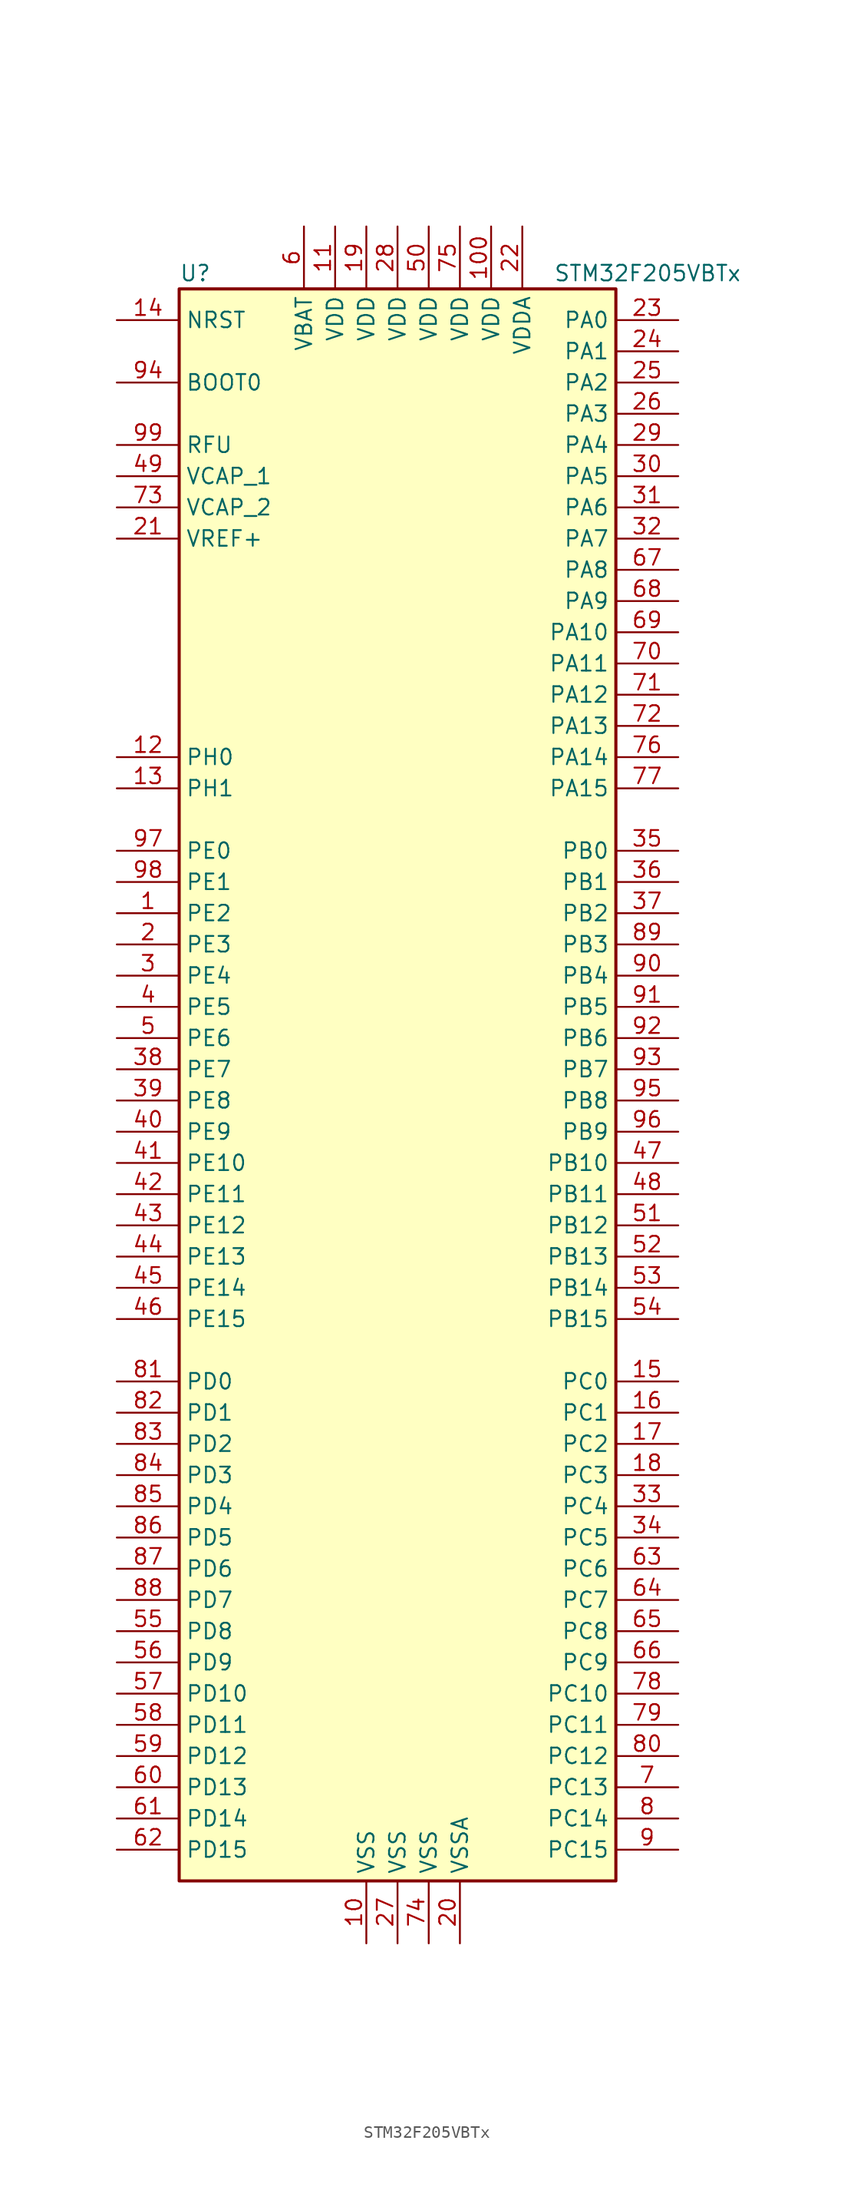
<source format=kicad_sym>
(kicad_symbol_lib
  (version 20211014)
  (generator kicad_symbol_editor)
  (symbol "STM32F205VBTx"
    (property "Reference" "U"
      (at -17.78 64.77 0)
      (effects (font (size 1.27 1.27)) (justify left)))
    (property "Value" "STM32F205VBTx"
      (at 12.7 64.77 0)
      (effects (font (size 1.27 1.27)) (justify left)))
    (symbol "STM32F205VBTx_0_1"
      (rectangle (start -17.78 -66.04) (end 17.78 63.5) (stroke (width 0.254) (type default) (color 0 0 0 0)) (fill (type background))))
    (symbol "STM32F205VBTx_1_1"
      (pin bidirectional line (at -22.86 12.7 0) (length 5.08) (name "PE2" (effects (font (size 1.27 1.27)))) (number "1" (effects (font (size 1.27 1.27)))))
      (pin power_in line (at -2.54 -71.12 90) (length 5.08) (name "VSS" (effects (font (size 1.27 1.27)))) (number "10" (effects (font (size 1.27 1.27)))))
      (pin power_in line (at 7.62 68.58 270) (length 5.08) (name "VDD" (effects (font (size 1.27 1.27)))) (number "100" (effects (font (size 1.27 1.27)))))
      (pin power_in line (at -5.08 68.58 270) (length 5.08) (name "VDD" (effects (font (size 1.27 1.27)))) (number "11" (effects (font (size 1.27 1.27)))))
      (pin input line (at -22.86 25.4 0) (length 5.08) (name "PH0" (effects (font (size 1.27 1.27)))) (number "12" (effects (font (size 1.27 1.27)))))
      (pin input line (at -22.86 22.86 0) (length 5.08) (name "PH1" (effects (font (size 1.27 1.27)))) (number "13" (effects (font (size 1.27 1.27)))))
      (pin input line (at -22.86 60.96 0) (length 5.08) (name "NRST" (effects (font (size 1.27 1.27)))) (number "14" (effects (font (size 1.27 1.27)))))
      (pin bidirectional line (at 22.86 -25.4 180) (length 5.08) (name "PC0" (effects (font (size 1.27 1.27)))) (number "15" (effects (font (size 1.27 1.27)))))
      (pin bidirectional line (at 22.86 -27.94 180) (length 5.08) (name "PC1" (effects (font (size 1.27 1.27)))) (number "16" (effects (font (size 1.27 1.27)))))
      (pin bidirectional line (at 22.86 -30.48 180) (length 5.08) (name "PC2" (effects (font (size 1.27 1.27)))) (number "17" (effects (font (size 1.27 1.27)))))
      (pin bidirectional line (at 22.86 -33.02 180) (length 5.08) (name "PC3" (effects (font (size 1.27 1.27)))) (number "18" (effects (font (size 1.27 1.27)))))
      (pin power_in line (at -2.54 68.58 270) (length 5.08) (name "VDD" (effects (font (size 1.27 1.27)))) (number "19" (effects (font (size 1.27 1.27)))))
      (pin bidirectional line (at -22.86 10.16 0) (length 5.08) (name "PE3" (effects (font (size 1.27 1.27)))) (number "2" (effects (font (size 1.27 1.27)))))
      (pin power_in line (at 5.08 -71.12 90) (length 5.08) (name "VSSA" (effects (font (size 1.27 1.27)))) (number "20" (effects (font (size 1.27 1.27)))))
      (pin power_in line (at -22.86 43.18 0) (length 5.08) (name "VREF+" (effects (font (size 1.27 1.27)))) (number "21" (effects (font (size 1.27 1.27)))))
      (pin power_in line (at 10.16 68.58 270) (length 5.08) (name "VDDA" (effects (font (size 1.27 1.27)))) (number "22" (effects (font (size 1.27 1.27)))))
      (pin bidirectional line (at 22.86 60.96 180) (length 5.08) (name "PA0" (effects (font (size 1.27 1.27)))) (number "23" (effects (font (size 1.27 1.27)))))
      (pin bidirectional line (at 22.86 58.42 180) (length 5.08) (name "PA1" (effects (font (size 1.27 1.27)))) (number "24" (effects (font (size 1.27 1.27)))))
      (pin bidirectional line (at 22.86 55.88 180) (length 5.08) (name "PA2" (effects (font (size 1.27 1.27)))) (number "25" (effects (font (size 1.27 1.27)))))
      (pin bidirectional line (at 22.86 53.34 180) (length 5.08) (name "PA3" (effects (font (size 1.27 1.27)))) (number "26" (effects (font (size 1.27 1.27)))))
      (pin power_in line (at 0 -71.12 90) (length 5.08) (name "VSS" (effects (font (size 1.27 1.27)))) (number "27" (effects (font (size 1.27 1.27)))))
      (pin power_in line (at 0 68.58 270) (length 5.08) (name "VDD" (effects (font (size 1.27 1.27)))) (number "28" (effects (font (size 1.27 1.27)))))
      (pin bidirectional line (at 22.86 50.8 180) (length 5.08) (name "PA4" (effects (font (size 1.27 1.27)))) (number "29" (effects (font (size 1.27 1.27)))))
      (pin bidirectional line (at -22.86 7.62 0) (length 5.08) (name "PE4" (effects (font (size 1.27 1.27)))) (number "3" (effects (font (size 1.27 1.27)))))
      (pin bidirectional line (at 22.86 48.26 180) (length 5.08) (name "PA5" (effects (font (size 1.27 1.27)))) (number "30" (effects (font (size 1.27 1.27)))))
      (pin bidirectional line (at 22.86 45.72 180) (length 5.08) (name "PA6" (effects (font (size 1.27 1.27)))) (number "31" (effects (font (size 1.27 1.27)))))
      (pin bidirectional line (at 22.86 43.18 180) (length 5.08) (name "PA7" (effects (font (size 1.27 1.27)))) (number "32" (effects (font (size 1.27 1.27)))))
      (pin bidirectional line (at 22.86 -35.56 180) (length 5.08) (name "PC4" (effects (font (size 1.27 1.27)))) (number "33" (effects (font (size 1.27 1.27)))))
      (pin bidirectional line (at 22.86 -38.1 180) (length 5.08) (name "PC5" (effects (font (size 1.27 1.27)))) (number "34" (effects (font (size 1.27 1.27)))))
      (pin bidirectional line (at 22.86 17.78 180) (length 5.08) (name "PB0" (effects (font (size 1.27 1.27)))) (number "35" (effects (font (size 1.27 1.27)))))
      (pin bidirectional line (at 22.86 15.24 180) (length 5.08) (name "PB1" (effects (font (size 1.27 1.27)))) (number "36" (effects (font (size 1.27 1.27)))))
      (pin bidirectional line (at 22.86 12.7 180) (length 5.08) (name "PB2" (effects (font (size 1.27 1.27)))) (number "37" (effects (font (size 1.27 1.27)))))
      (pin bidirectional line (at -22.86 0 0) (length 5.08) (name "PE7" (effects (font (size 1.27 1.27)))) (number "38" (effects (font (size 1.27 1.27)))))
      (pin bidirectional line (at -22.86 -2.54 0) (length 5.08) (name "PE8" (effects (font (size 1.27 1.27)))) (number "39" (effects (font (size 1.27 1.27)))))
      (pin bidirectional line (at -22.86 5.08 0) (length 5.08) (name "PE5" (effects (font (size 1.27 1.27)))) (number "4" (effects (font (size 1.27 1.27)))))
      (pin bidirectional line (at -22.86 -5.08 0) (length 5.08) (name "PE9" (effects (font (size 1.27 1.27)))) (number "40" (effects (font (size 1.27 1.27)))))
      (pin bidirectional line (at -22.86 -7.62 0) (length 5.08) (name "PE10" (effects (font (size 1.27 1.27)))) (number "41" (effects (font (size 1.27 1.27)))))
      (pin bidirectional line (at -22.86 -10.16 0) (length 5.08) (name "PE11" (effects (font (size 1.27 1.27)))) (number "42" (effects (font (size 1.27 1.27)))))
      (pin bidirectional line (at -22.86 -12.7 0) (length 5.08) (name "PE12" (effects (font (size 1.27 1.27)))) (number "43" (effects (font (size 1.27 1.27)))))
      (pin bidirectional line (at -22.86 -15.24 0) (length 5.08) (name "PE13" (effects (font (size 1.27 1.27)))) (number "44" (effects (font (size 1.27 1.27)))))
      (pin bidirectional line (at -22.86 -17.78 0) (length 5.08) (name "PE14" (effects (font (size 1.27 1.27)))) (number "45" (effects (font (size 1.27 1.27)))))
      (pin bidirectional line (at -22.86 -20.32 0) (length 5.08) (name "PE15" (effects (font (size 1.27 1.27)))) (number "46" (effects (font (size 1.27 1.27)))))
      (pin bidirectional line (at 22.86 -7.62 180) (length 5.08) (name "PB10" (effects (font (size 1.27 1.27)))) (number "47" (effects (font (size 1.27 1.27)))))
      (pin bidirectional line (at 22.86 -10.16 180) (length 5.08) (name "PB11" (effects (font (size 1.27 1.27)))) (number "48" (effects (font (size 1.27 1.27)))))
      (pin power_in line (at -22.86 48.26 0) (length 5.08) (name "VCAP_1" (effects (font (size 1.27 1.27)))) (number "49" (effects (font (size 1.27 1.27)))))
      (pin bidirectional line (at -22.86 2.54 0) (length 5.08) (name "PE6" (effects (font (size 1.27 1.27)))) (number "5" (effects (font (size 1.27 1.27)))))
      (pin power_in line (at 2.54 68.58 270) (length 5.08) (name "VDD" (effects (font (size 1.27 1.27)))) (number "50" (effects (font (size 1.27 1.27)))))
      (pin bidirectional line (at 22.86 -12.7 180) (length 5.08) (name "PB12" (effects (font (size 1.27 1.27)))) (number "51" (effects (font (size 1.27 1.27)))))
      (pin bidirectional line (at 22.86 -15.24 180) (length 5.08) (name "PB13" (effects (font (size 1.27 1.27)))) (number "52" (effects (font (size 1.27 1.27)))))
      (pin bidirectional line (at 22.86 -17.78 180) (length 5.08) (name "PB14" (effects (font (size 1.27 1.27)))) (number "53" (effects (font (size 1.27 1.27)))))
      (pin bidirectional line (at 22.86 -20.32 180) (length 5.08) (name "PB15" (effects (font (size 1.27 1.27)))) (number "54" (effects (font (size 1.27 1.27)))))
      (pin bidirectional line (at -22.86 -45.72 0) (length 5.08) (name "PD8" (effects (font (size 1.27 1.27)))) (number "55" (effects (font (size 1.27 1.27)))))
      (pin bidirectional line (at -22.86 -48.26 0) (length 5.08) (name "PD9" (effects (font (size 1.27 1.27)))) (number "56" (effects (font (size 1.27 1.27)))))
      (pin bidirectional line (at -22.86 -50.8 0) (length 5.08) (name "PD10" (effects (font (size 1.27 1.27)))) (number "57" (effects (font (size 1.27 1.27)))))
      (pin bidirectional line (at -22.86 -53.34 0) (length 5.08) (name "PD11" (effects (font (size 1.27 1.27)))) (number "58" (effects (font (size 1.27 1.27)))))
      (pin bidirectional line (at -22.86 -55.88 0) (length 5.08) (name "PD12" (effects (font (size 1.27 1.27)))) (number "59" (effects (font (size 1.27 1.27)))))
      (pin power_in line (at -7.62 68.58 270) (length 5.08) (name "VBAT" (effects (font (size 1.27 1.27)))) (number "6" (effects (font (size 1.27 1.27)))))
      (pin bidirectional line (at -22.86 -58.42 0) (length 5.08) (name "PD13" (effects (font (size 1.27 1.27)))) (number "60" (effects (font (size 1.27 1.27)))))
      (pin bidirectional line (at -22.86 -60.96 0) (length 5.08) (name "PD14" (effects (font (size 1.27 1.27)))) (number "61" (effects (font (size 1.27 1.27)))))
      (pin bidirectional line (at -22.86 -63.5 0) (length 5.08) (name "PD15" (effects (font (size 1.27 1.27)))) (number "62" (effects (font (size 1.27 1.27)))))
      (pin bidirectional line (at 22.86 -40.64 180) (length 5.08) (name "PC6" (effects (font (size 1.27 1.27)))) (number "63" (effects (font (size 1.27 1.27)))))
      (pin bidirectional line (at 22.86 -43.18 180) (length 5.08) (name "PC7" (effects (font (size 1.27 1.27)))) (number "64" (effects (font (size 1.27 1.27)))))
      (pin bidirectional line (at 22.86 -45.72 180) (length 5.08) (name "PC8" (effects (font (size 1.27 1.27)))) (number "65" (effects (font (size 1.27 1.27)))))
      (pin bidirectional line (at 22.86 -48.26 180) (length 5.08) (name "PC9" (effects (font (size 1.27 1.27)))) (number "66" (effects (font (size 1.27 1.27)))))
      (pin bidirectional line (at 22.86 40.64 180) (length 5.08) (name "PA8" (effects (font (size 1.27 1.27)))) (number "67" (effects (font (size 1.27 1.27)))))
      (pin bidirectional line (at 22.86 38.1 180) (length 5.08) (name "PA9" (effects (font (size 1.27 1.27)))) (number "68" (effects (font (size 1.27 1.27)))))
      (pin bidirectional line (at 22.86 35.56 180) (length 5.08) (name "PA10" (effects (font (size 1.27 1.27)))) (number "69" (effects (font (size 1.27 1.27)))))
      (pin bidirectional line (at 22.86 -58.42 180) (length 5.08) (name "PC13" (effects (font (size 1.27 1.27)))) (number "7" (effects (font (size 1.27 1.27)))))
      (pin bidirectional line (at 22.86 33.02 180) (length 5.08) (name "PA11" (effects (font (size 1.27 1.27)))) (number "70" (effects (font (size 1.27 1.27)))))
      (pin bidirectional line (at 22.86 30.48 180) (length 5.08) (name "PA12" (effects (font (size 1.27 1.27)))) (number "71" (effects (font (size 1.27 1.27)))))
      (pin bidirectional line (at 22.86 27.94 180) (length 5.08) (name "PA13" (effects (font (size 1.27 1.27)))) (number "72" (effects (font (size 1.27 1.27)))))
      (pin power_in line (at -22.86 45.72 0) (length 5.08) (name "VCAP_2" (effects (font (size 1.27 1.27)))) (number "73" (effects (font (size 1.27 1.27)))))
      (pin power_in line (at 2.54 -71.12 90) (length 5.08) (name "VSS" (effects (font (size 1.27 1.27)))) (number "74" (effects (font (size 1.27 1.27)))))
      (pin power_in line (at 5.08 68.58 270) (length 5.08) (name "VDD" (effects (font (size 1.27 1.27)))) (number "75" (effects (font (size 1.27 1.27)))))
      (pin bidirectional line (at 22.86 25.4 180) (length 5.08) (name "PA14" (effects (font (size 1.27 1.27)))) (number "76" (effects (font (size 1.27 1.27)))))
      (pin bidirectional line (at 22.86 22.86 180) (length 5.08) (name "PA15" (effects (font (size 1.27 1.27)))) (number "77" (effects (font (size 1.27 1.27)))))
      (pin bidirectional line (at 22.86 -50.8 180) (length 5.08) (name "PC10" (effects (font (size 1.27 1.27)))) (number "78" (effects (font (size 1.27 1.27)))))
      (pin bidirectional line (at 22.86 -53.34 180) (length 5.08) (name "PC11" (effects (font (size 1.27 1.27)))) (number "79" (effects (font (size 1.27 1.27)))))
      (pin bidirectional line (at 22.86 -60.96 180) (length 5.08) (name "PC14" (effects (font (size 1.27 1.27)))) (number "8" (effects (font (size 1.27 1.27)))))
      (pin bidirectional line (at 22.86 -55.88 180) (length 5.08) (name "PC12" (effects (font (size 1.27 1.27)))) (number "80" (effects (font (size 1.27 1.27)))))
      (pin bidirectional line (at -22.86 -25.4 0) (length 5.08) (name "PD0" (effects (font (size 1.27 1.27)))) (number "81" (effects (font (size 1.27 1.27)))))
      (pin bidirectional line (at -22.86 -27.94 0) (length 5.08) (name "PD1" (effects (font (size 1.27 1.27)))) (number "82" (effects (font (size 1.27 1.27)))))
      (pin bidirectional line (at -22.86 -30.48 0) (length 5.08) (name "PD2" (effects (font (size 1.27 1.27)))) (number "83" (effects (font (size 1.27 1.27)))))
      (pin bidirectional line (at -22.86 -33.02 0) (length 5.08) (name "PD3" (effects (font (size 1.27 1.27)))) (number "84" (effects (font (size 1.27 1.27)))))
      (pin bidirectional line (at -22.86 -35.56 0) (length 5.08) (name "PD4" (effects (font (size 1.27 1.27)))) (number "85" (effects (font (size 1.27 1.27)))))
      (pin bidirectional line (at -22.86 -38.1 0) (length 5.08) (name "PD5" (effects (font (size 1.27 1.27)))) (number "86" (effects (font (size 1.27 1.27)))))
      (pin bidirectional line (at -22.86 -40.64 0) (length 5.08) (name "PD6" (effects (font (size 1.27 1.27)))) (number "87" (effects (font (size 1.27 1.27)))))
      (pin bidirectional line (at -22.86 -43.18 0) (length 5.08) (name "PD7" (effects (font (size 1.27 1.27)))) (number "88" (effects (font (size 1.27 1.27)))))
      (pin bidirectional line (at 22.86 10.16 180) (length 5.08) (name "PB3" (effects (font (size 1.27 1.27)))) (number "89" (effects (font (size 1.27 1.27)))))
      (pin bidirectional line (at 22.86 -63.5 180) (length 5.08) (name "PC15" (effects (font (size 1.27 1.27)))) (number "9" (effects (font (size 1.27 1.27)))))
      (pin bidirectional line (at 22.86 7.62 180) (length 5.08) (name "PB4" (effects (font (size 1.27 1.27)))) (number "90" (effects (font (size 1.27 1.27)))))
      (pin bidirectional line (at 22.86 5.08 180) (length 5.08) (name "PB5" (effects (font (size 1.27 1.27)))) (number "91" (effects (font (size 1.27 1.27)))))
      (pin bidirectional line (at 22.86 2.54 180) (length 5.08) (name "PB6" (effects (font (size 1.27 1.27)))) (number "92" (effects (font (size 1.27 1.27)))))
      (pin bidirectional line (at 22.86 0 180) (length 5.08) (name "PB7" (effects (font (size 1.27 1.27)))) (number "93" (effects (font (size 1.27 1.27)))))
      (pin input line (at -22.86 55.88 0) (length 5.08) (name "BOOT0" (effects (font (size 1.27 1.27)))) (number "94" (effects (font (size 1.27 1.27)))))
      (pin bidirectional line (at 22.86 -2.54 180) (length 5.08) (name "PB8" (effects (font (size 1.27 1.27)))) (number "95" (effects (font (size 1.27 1.27)))))
      (pin bidirectional line (at 22.86 -5.08 180) (length 5.08) (name "PB9" (effects (font (size 1.27 1.27)))) (number "96" (effects (font (size 1.27 1.27)))))
      (pin bidirectional line (at -22.86 17.78 0) (length 5.08) (name "PE0" (effects (font (size 1.27 1.27)))) (number "97" (effects (font (size 1.27 1.27)))))
      (pin bidirectional line (at -22.86 15.24 0) (length 5.08) (name "PE1" (effects (font (size 1.27 1.27)))) (number "98" (effects (font (size 1.27 1.27)))))
      (pin power_in line (at -22.86 50.8 0) (length 5.08) (name "RFU" (effects (font (size 1.27 1.27)))) (number "99" (effects (font (size 1.27 1.27))))))))
</source>
